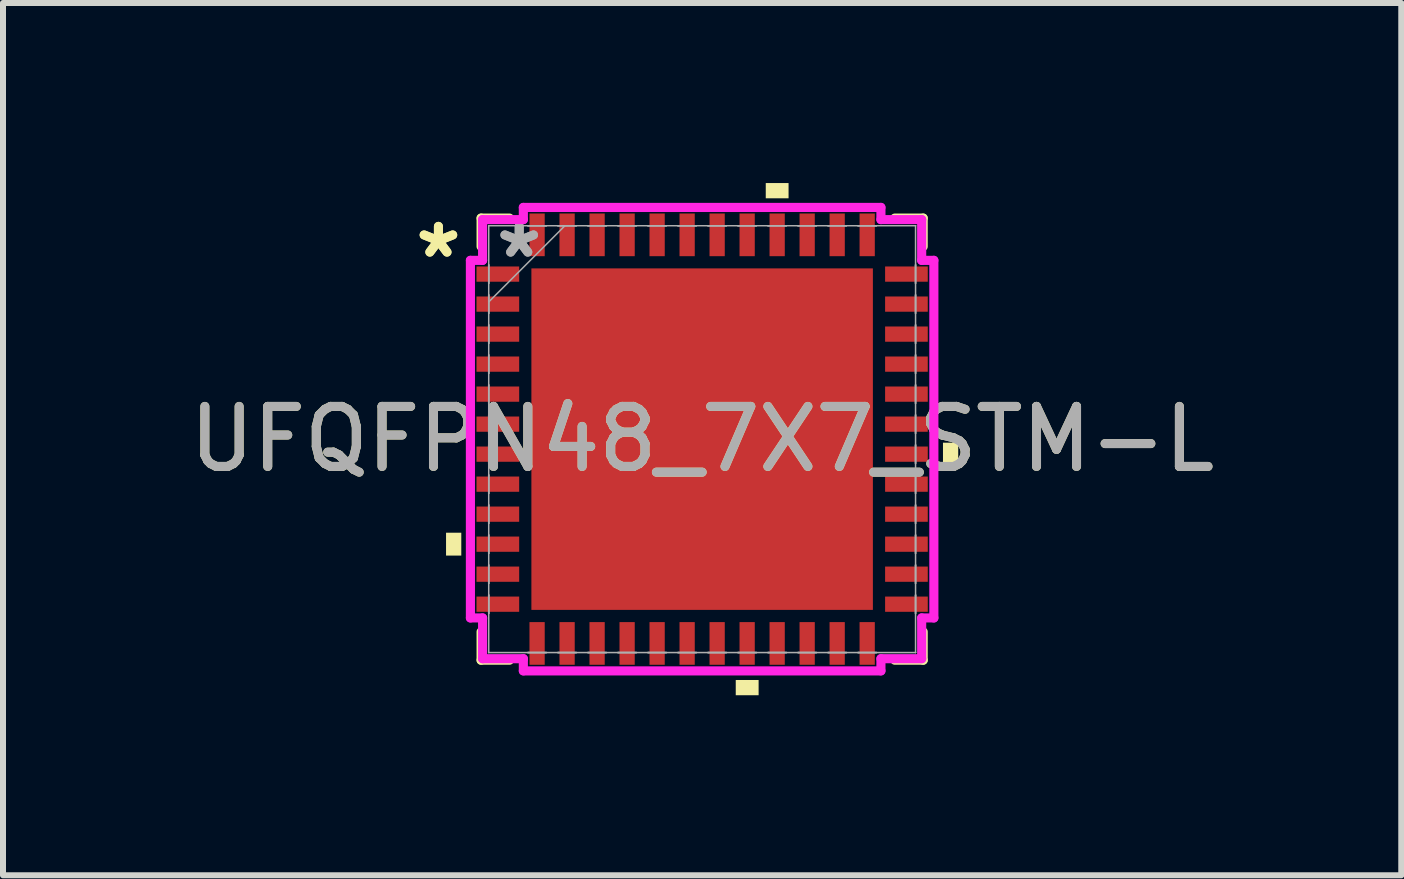
<source format=kicad_pcb>
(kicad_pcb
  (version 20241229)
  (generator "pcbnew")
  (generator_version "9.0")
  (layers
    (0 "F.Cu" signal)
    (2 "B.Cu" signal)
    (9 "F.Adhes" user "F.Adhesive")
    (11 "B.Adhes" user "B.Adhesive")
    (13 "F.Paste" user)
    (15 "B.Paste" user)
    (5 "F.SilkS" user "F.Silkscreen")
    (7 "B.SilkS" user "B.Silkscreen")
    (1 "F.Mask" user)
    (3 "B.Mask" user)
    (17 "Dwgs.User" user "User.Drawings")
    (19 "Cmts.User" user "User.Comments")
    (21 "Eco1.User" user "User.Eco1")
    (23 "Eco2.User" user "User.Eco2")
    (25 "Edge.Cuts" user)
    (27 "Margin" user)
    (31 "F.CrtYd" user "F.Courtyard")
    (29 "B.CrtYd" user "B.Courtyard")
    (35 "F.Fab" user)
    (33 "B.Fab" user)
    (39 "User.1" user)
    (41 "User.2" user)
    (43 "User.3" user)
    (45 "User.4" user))
  (footprint "UFQFPN48_7X7_STM-L"
    (layer "F.Cu")
    (at 8.649 4.267)
    (property "Reference" "UFQFPN48_7X7_STM-L" (at 0 0 0) (unlocked yes) (layer "F.SilkS") (effects (font (size 1 1) (thickness 0.15))))
    (attr smd)
    (fp_line (start -3.683 -3.683) (end -3.683 -3.21) (stroke (width 0.152) (type solid)) (layer "F.SilkS"))
    (fp_line (start -3.683 3.21) (end -3.683 3.683) (stroke (width 0.152) (type solid)) (layer "F.SilkS"))
    (fp_line (start -3.683 3.683) (end -3.21 3.683) (stroke (width 0.152) (type solid)) (layer "F.SilkS"))
    (fp_line (start -3.21 -3.683) (end -3.683 -3.683) (stroke (width 0.152) (type solid)) (layer "F.SilkS"))
    (fp_line (start 3.21 3.683) (end 3.683 3.683) (stroke (width 0.152) (type solid)) (layer "F.SilkS"))
    (fp_line (start 3.683 -3.683) (end 3.21 -3.683) (stroke (width 0.152) (type solid)) (layer "F.SilkS"))
    (fp_line (start 3.683 -3.21) (end 3.683 -3.683) (stroke (width 0.152) (type solid)) (layer "F.SilkS"))
    (fp_line (start 3.683 3.683) (end 3.683 3.21) (stroke (width 0.152) (type solid)) (layer "F.SilkS"))
    (fp_poly (pts (xy -4.267 1.559) (xy -4.267 1.94) (xy -4.013 1.94) (xy -4.013 1.559)) (stroke (width 0) (type solid)) (fill yes) (layer "F.SilkS"))
    (fp_poly (pts (xy 0.56 4.013) (xy 0.56 4.267) (xy 0.941 4.267) (xy 0.941 4.013)) (stroke (width 0) (type solid)) (fill yes) (layer "F.SilkS"))
    (fp_poly (pts (xy 1.06 -4.013) (xy 1.06 -4.267) (xy 1.44 -4.267) (xy 1.44 -4.013)) (stroke (width 0) (type solid)) (fill yes) (layer "F.SilkS"))
    (fp_poly (pts (xy 4.267 0.059) (xy 4.267 0.441) (xy 4.013 0.441) (xy 4.013 0.059)) (stroke (width 0) (type solid)) (fill yes) (layer "F.SilkS"))
    (fp_poly (pts (xy -2.745 -2.745) (xy -2.745 -1.522) (xy -1.522 -1.522) (xy -1.522 -2.745)) (stroke (width 0) (type solid)) (fill yes) (layer "F.Paste"))
    (fp_poly (pts (xy -2.745 -1.322) (xy -2.745 -0.1) (xy -1.522 -0.1) (xy -1.522 -1.322)) (stroke (width 0) (type solid)) (fill yes) (layer "F.Paste"))
    (fp_poly (pts (xy -2.745 0.1) (xy -2.745 1.322) (xy -1.522 1.322) (xy -1.522 0.1)) (stroke (width 0) (type solid)) (fill yes) (layer "F.Paste"))
    (fp_poly (pts (xy -2.745 1.522) (xy -2.745 2.745) (xy -1.522 2.745) (xy -1.522 1.522)) (stroke (width 0) (type solid)) (fill yes) (layer "F.Paste"))
    (fp_poly (pts (xy -1.322 -2.745) (xy -1.322 -1.522) (xy -0.1 -1.522) (xy -0.1 -2.745)) (stroke (width 0) (type solid)) (fill yes) (layer "F.Paste"))
    (fp_poly (pts (xy -1.322 -1.322) (xy -1.322 -0.1) (xy -0.1 -0.1) (xy -0.1 -1.322)) (stroke (width 0) (type solid)) (fill yes) (layer "F.Paste"))
    (fp_poly (pts (xy -1.322 0.1) (xy -1.322 1.322) (xy -0.1 1.322) (xy -0.1 0.1)) (stroke (width 0) (type solid)) (fill yes) (layer "F.Paste"))
    (fp_poly (pts (xy -1.322 1.522) (xy -1.322 2.745) (xy -0.1 2.745) (xy -0.1 1.522)) (stroke (width 0) (type solid)) (fill yes) (layer "F.Paste"))
    (fp_poly (pts (xy 0.1 -2.745) (xy 0.1 -1.522) (xy 1.322 -1.522) (xy 1.322 -2.745)) (stroke (width 0) (type solid)) (fill yes) (layer "F.Paste"))
    (fp_poly (pts (xy 0.1 -1.322) (xy 0.1 -0.1) (xy 1.322 -0.1) (xy 1.322 -1.322)) (stroke (width 0) (type solid)) (fill yes) (layer "F.Paste"))
    (fp_poly (pts (xy 0.1 0.1) (xy 0.1 1.322) (xy 1.322 1.322) (xy 1.322 0.1)) (stroke (width 0) (type solid)) (fill yes) (layer "F.Paste"))
    (fp_poly (pts (xy 0.1 1.522) (xy 0.1 2.745) (xy 1.322 2.745) (xy 1.322 1.522)) (stroke (width 0) (type solid)) (fill yes) (layer "F.Paste"))
    (fp_poly (pts (xy 1.522 -2.745) (xy 1.522 -1.522) (xy 2.745 -1.522) (xy 2.745 -2.745)) (stroke (width 0) (type solid)) (fill yes) (layer "F.Paste"))
    (fp_poly (pts (xy 1.522 -1.322) (xy 1.522 -0.1) (xy 2.745 -0.1) (xy 2.745 -1.322)) (stroke (width 0) (type solid)) (fill yes) (layer "F.Paste"))
    (fp_poly (pts (xy 1.522 0.1) (xy 1.522 1.322) (xy 2.745 1.322) (xy 2.745 0.1)) (stroke (width 0) (type solid)) (fill yes) (layer "F.Paste"))
    (fp_poly (pts (xy 1.522 1.522) (xy 1.522 2.745) (xy 2.745 2.745) (xy 2.745 1.522)) (stroke (width 0) (type solid)) (fill yes) (layer "F.Paste"))
    (fp_line (start -3.861 -2.979) (end -3.658 -2.979) (stroke (width 0.152) (type solid)) (layer "F.CrtYd"))
    (fp_line (start -3.861 2.979) (end -3.861 -2.979) (stroke (width 0.152) (type solid)) (layer "F.CrtYd"))
    (fp_line (start -3.658 -3.658) (end -2.979 -3.658) (stroke (width 0.152) (type solid)) (layer "F.CrtYd"))
    (fp_line (start -3.658 -2.979) (end -3.658 -3.658) (stroke (width 0.152) (type solid)) (layer "F.CrtYd"))
    (fp_line (start -3.658 2.979) (end -3.861 2.979) (stroke (width 0.152) (type solid)) (layer "F.CrtYd"))
    (fp_line (start -3.658 3.658) (end -3.658 2.979) (stroke (width 0.152) (type solid)) (layer "F.CrtYd"))
    (fp_line (start -2.979 -3.861) (end 2.979 -3.861) (stroke (width 0.152) (type solid)) (layer "F.CrtYd"))
    (fp_line (start -2.979 -3.658) (end -2.979 -3.861) (stroke (width 0.152) (type solid)) (layer "F.CrtYd"))
    (fp_line (start -2.979 3.658) (end -3.658 3.658) (stroke (width 0.152) (type solid)) (layer "F.CrtYd"))
    (fp_line (start -2.979 3.861) (end -2.979 3.658) (stroke (width 0.152) (type solid)) (layer "F.CrtYd"))
    (fp_line (start 2.979 -3.861) (end 2.979 -3.658) (stroke (width 0.152) (type solid)) (layer "F.CrtYd"))
    (fp_line (start 2.979 -3.658) (end 3.658 -3.658) (stroke (width 0.152) (type solid)) (layer "F.CrtYd"))
    (fp_line (start 2.979 3.658) (end 2.979 3.861) (stroke (width 0.152) (type solid)) (layer "F.CrtYd"))
    (fp_line (start 2.979 3.861) (end -2.979 3.861) (stroke (width 0.152) (type solid)) (layer "F.CrtYd"))
    (fp_line (start 3.658 -3.658) (end 3.658 -2.979) (stroke (width 0.152) (type solid)) (layer "F.CrtYd"))
    (fp_line (start 3.658 -2.979) (end 3.861 -2.979) (stroke (width 0.152) (type solid)) (layer "F.CrtYd"))
    (fp_line (start 3.658 2.979) (end 3.658 3.658) (stroke (width 0.152) (type solid)) (layer "F.CrtYd"))
    (fp_line (start 3.658 3.658) (end 2.979 3.658) (stroke (width 0.152) (type solid)) (layer "F.CrtYd"))
    (fp_line (start 3.861 -2.979) (end 3.861 2.979) (stroke (width 0.152) (type solid)) (layer "F.CrtYd"))
    (fp_line (start 3.861 2.979) (end 3.658 2.979) (stroke (width 0.152) (type solid)) (layer "F.CrtYd"))
    (fp_line (start -3.556 -3.556) (end -3.556 -3.556) (stroke (width 0.025) (type solid)) (layer "F.Fab"))
    (fp_line (start -3.556 -3.556) (end -3.556 3.556) (stroke (width 0.025) (type solid)) (layer "F.Fab"))
    (fp_line (start -3.556 -2.902) (end -3.556 -2.902) (stroke (width 0.025) (type solid)) (layer "F.Fab"))
    (fp_line (start -3.556 -2.902) (end -3.556 -2.598) (stroke (width 0.025) (type solid)) (layer "F.Fab"))
    (fp_line (start -3.556 -2.598) (end -3.556 -2.902) (stroke (width 0.025) (type solid)) (layer "F.Fab"))
    (fp_line (start -3.556 -2.598) (end -3.556 -2.598) (stroke (width 0.025) (type solid)) (layer "F.Fab"))
    (fp_line (start -3.556 -2.402) (end -3.556 -2.402) (stroke (width 0.025) (type solid)) (layer "F.Fab"))
    (fp_line (start -3.556 -2.402) (end -3.556 -2.098) (stroke (width 0.025) (type solid)) (layer "F.Fab"))
    (fp_line (start -3.556 -2.286) (end -2.286 -3.556) (stroke (width 0.025) (type solid)) (layer "F.Fab"))
    (fp_line (start -3.556 -2.098) (end -3.556 -2.402) (stroke (width 0.025) (type solid)) (layer "F.Fab"))
    (fp_line (start -3.556 -2.098) (end -3.556 -2.098) (stroke (width 0.025) (type solid)) (layer "F.Fab"))
    (fp_line (start -3.556 -1.902) (end -3.556 -1.902) (stroke (width 0.025) (type solid)) (layer "F.Fab"))
    (fp_line (start -3.556 -1.902) (end -3.556 -1.598) (stroke (width 0.025) (type solid)) (layer "F.Fab"))
    (fp_line (start -3.556 -1.598) (end -3.556 -1.902) (stroke (width 0.025) (type solid)) (layer "F.Fab"))
    (fp_line (start -3.556 -1.598) (end -3.556 -1.598) (stroke (width 0.025) (type solid)) (layer "F.Fab"))
    (fp_line (start -3.556 -1.402) (end -3.556 -1.402) (stroke (width 0.025) (type solid)) (layer "F.Fab"))
    (fp_line (start -3.556 -1.402) (end -3.556 -1.098) (stroke (width 0.025) (type solid)) (layer "F.Fab"))
    (fp_line (start -3.556 -1.098) (end -3.556 -1.402) (stroke (width 0.025) (type solid)) (layer "F.Fab"))
    (fp_line (start -3.556 -1.098) (end -3.556 -1.098) (stroke (width 0.025) (type solid)) (layer "F.Fab"))
    (fp_line (start -3.556 -0.902) (end -3.556 -0.902) (stroke (width 0.025) (type solid)) (layer "F.Fab"))
    (fp_line (start -3.556 -0.902) (end -3.556 -0.598) (stroke (width 0.025) (type solid)) (layer "F.Fab"))
    (fp_line (start -3.556 -0.598) (end -3.556 -0.902) (stroke (width 0.025) (type solid)) (layer "F.Fab"))
    (fp_line (start -3.556 -0.598) (end -3.556 -0.598) (stroke (width 0.025) (type solid)) (layer "F.Fab"))
    (fp_line (start -3.556 -0.402) (end -3.556 -0.402) (stroke (width 0.025) (type solid)) (layer "F.Fab"))
    (fp_line (start -3.556 -0.402) (end -3.556 -0.098) (stroke (width 0.025) (type solid)) (layer "F.Fab"))
    (fp_line (start -3.556 -0.098) (end -3.556 -0.402) (stroke (width 0.025) (type solid)) (layer "F.Fab"))
    (fp_line (start -3.556 -0.098) (end -3.556 -0.098) (stroke (width 0.025) (type solid)) (layer "F.Fab"))
    (fp_line (start -3.556 0.098) (end -3.556 0.098) (stroke (width 0.025) (type solid)) (layer "F.Fab"))
    (fp_line (start -3.556 0.098) (end -3.556 0.402) (stroke (width 0.025) (type solid)) (layer "F.Fab"))
    (fp_line (start -3.556 0.402) (end -3.556 0.098) (stroke (width 0.025) (type solid)) (layer "F.Fab"))
    (fp_line (start -3.556 0.402) (end -3.556 0.402) (stroke (width 0.025) (type solid)) (layer "F.Fab"))
    (fp_line (start -3.556 0.598) (end -3.556 0.598) (stroke (width 0.025) (type solid)) (layer "F.Fab"))
    (fp_line (start -3.556 0.598) (end -3.556 0.902) (stroke (width 0.025) (type solid)) (layer "F.Fab"))
    (fp_line (start -3.556 0.902) (end -3.556 0.598) (stroke (width 0.025) (type solid)) (layer "F.Fab"))
    (fp_line (start -3.556 0.902) (end -3.556 0.902) (stroke (width 0.025) (type solid)) (layer "F.Fab"))
    (fp_line (start -3.556 1.098) (end -3.556 1.098) (stroke (width 0.025) (type solid)) (layer "F.Fab"))
    (fp_line (start -3.556 1.098) (end -3.556 1.402) (stroke (width 0.025) (type solid)) (layer "F.Fab"))
    (fp_line (start -3.556 1.402) (end -3.556 1.098) (stroke (width 0.025) (type solid)) (layer "F.Fab"))
    (fp_line (start -3.556 1.402) (end -3.556 1.402) (stroke (width 0.025) (type solid)) (layer "F.Fab"))
    (fp_line (start -3.556 1.598) (end -3.556 1.598) (stroke (width 0.025) (type solid)) (layer "F.Fab"))
    (fp_line (start -3.556 1.598) (end -3.556 1.902) (stroke (width 0.025) (type solid)) (layer "F.Fab"))
    (fp_line (start -3.556 1.902) (end -3.556 1.598) (stroke (width 0.025) (type solid)) (layer "F.Fab"))
    (fp_line (start -3.556 1.902) (end -3.556 1.902) (stroke (width 0.025) (type solid)) (layer "F.Fab"))
    (fp_line (start -3.556 2.098) (end -3.556 2.098) (stroke (width 0.025) (type solid)) (layer "F.Fab"))
    (fp_line (start -3.556 2.098) (end -3.556 2.402) (stroke (width 0.025) (type solid)) (layer "F.Fab"))
    (fp_line (start -3.556 2.402) (end -3.556 2.098) (stroke (width 0.025) (type solid)) (layer "F.Fab"))
    (fp_line (start -3.556 2.402) (end -3.556 2.402) (stroke (width 0.025) (type solid)) (layer "F.Fab"))
    (fp_line (start -3.556 2.598) (end -3.556 2.598) (stroke (width 0.025) (type solid)) (layer "F.Fab"))
    (fp_line (start -3.556 2.598) (end -3.556 2.902) (stroke (width 0.025) (type solid)) (layer "F.Fab"))
    (fp_line (start -3.556 2.902) (end -3.556 2.598) (stroke (width 0.025) (type solid)) (layer "F.Fab"))
    (fp_line (start -3.556 2.902) (end -3.556 2.902) (stroke (width 0.025) (type solid)) (layer "F.Fab"))
    (fp_line (start -3.556 3.556) (end -3.556 3.556) (stroke (width 0.025) (type solid)) (layer "F.Fab"))
    (fp_line (start -3.556 3.556) (end 3.556 3.556) (stroke (width 0.025) (type solid)) (layer "F.Fab"))
    (fp_line (start -2.902 -3.556) (end -2.902 -3.556) (stroke (width 0.025) (type solid)) (layer "F.Fab"))
    (fp_line (start -2.902 -3.556) (end -2.598 -3.556) (stroke (width 0.025) (type solid)) (layer "F.Fab"))
    (fp_line (start -2.902 3.556) (end -2.902 3.556) (stroke (width 0.025) (type solid)) (layer "F.Fab"))
    (fp_line (start -2.902 3.556) (end -2.598 3.556) (stroke (width 0.025) (type solid)) (layer "F.Fab"))
    (fp_line (start -2.598 -3.556) (end -2.902 -3.556) (stroke (width 0.025) (type solid)) (layer "F.Fab"))
    (fp_line (start -2.598 -3.556) (end -2.598 -3.556) (stroke (width 0.025) (type solid)) (layer "F.Fab"))
    (fp_line (start -2.598 3.556) (end -2.902 3.556) (stroke (width 0.025) (type solid)) (layer "F.Fab"))
    (fp_line (start -2.598 3.556) (end -2.598 3.556) (stroke (width 0.025) (type solid)) (layer "F.Fab"))
    (fp_line (start -2.402 -3.556) (end -2.402 -3.556) (stroke (width 0.025) (type solid)) (layer "F.Fab"))
    (fp_line (start -2.402 -3.556) (end -2.098 -3.556) (stroke (width 0.025) (type solid)) (layer "F.Fab"))
    (fp_line (start -2.402 3.556) (end -2.402 3.556) (stroke (width 0.025) (type solid)) (layer "F.Fab"))
    (fp_line (start -2.402 3.556) (end -2.098 3.556) (stroke (width 0.025) (type solid)) (layer "F.Fab"))
    (fp_line (start -2.098 -3.556) (end -2.402 -3.556) (stroke (width 0.025) (type solid)) (layer "F.Fab"))
    (fp_line (start -2.098 -3.556) (end -2.098 -3.556) (stroke (width 0.025) (type solid)) (layer "F.Fab"))
    (fp_line (start -2.098 3.556) (end -2.402 3.556) (stroke (width 0.025) (type solid)) (layer "F.Fab"))
    (fp_line (start -2.098 3.556) (end -2.098 3.556) (stroke (width 0.025) (type solid)) (layer "F.Fab"))
    (fp_line (start -1.902 -3.556) (end -1.902 -3.556) (stroke (width 0.025) (type solid)) (layer "F.Fab"))
    (fp_line (start -1.902 -3.556) (end -1.598 -3.556) (stroke (width 0.025) (type solid)) (layer "F.Fab"))
    (fp_line (start -1.902 3.556) (end -1.902 3.556) (stroke (width 0.025) (type solid)) (layer "F.Fab"))
    (fp_line (start -1.902 3.556) (end -1.598 3.556) (stroke (width 0.025) (type solid)) (layer "F.Fab"))
    (fp_line (start -1.598 -3.556) (end -1.902 -3.556) (stroke (width 0.025) (type solid)) (layer "F.Fab"))
    (fp_line (start -1.598 -3.556) (end -1.598 -3.556) (stroke (width 0.025) (type solid)) (layer "F.Fab"))
    (fp_line (start -1.598 3.556) (end -1.902 3.556) (stroke (width 0.025) (type solid)) (layer "F.Fab"))
    (fp_line (start -1.598 3.556) (end -1.598 3.556) (stroke (width 0.025) (type solid)) (layer "F.Fab"))
    (fp_line (start -1.402 -3.556) (end -1.402 -3.556) (stroke (width 0.025) (type solid)) (layer "F.Fab"))
    (fp_line (start -1.402 -3.556) (end -1.098 -3.556) (stroke (width 0.025) (type solid)) (layer "F.Fab"))
    (fp_line (start -1.402 3.556) (end -1.402 3.556) (stroke (width 0.025) (type solid)) (layer "F.Fab"))
    (fp_line (start -1.402 3.556) (end -1.098 3.556) (stroke (width 0.025) (type solid)) (layer "F.Fab"))
    (fp_line (start -1.098 -3.556) (end -1.402 -3.556) (stroke (width 0.025) (type solid)) (layer "F.Fab"))
    (fp_line (start -1.098 -3.556) (end -1.098 -3.556) (stroke (width 0.025) (type solid)) (layer "F.Fab"))
    (fp_line (start -1.098 3.556) (end -1.402 3.556) (stroke (width 0.025) (type solid)) (layer "F.Fab"))
    (fp_line (start -1.098 3.556) (end -1.098 3.556) (stroke (width 0.025) (type solid)) (layer "F.Fab"))
    (fp_line (start -0.902 -3.556) (end -0.902 -3.556) (stroke (width 0.025) (type solid)) (layer "F.Fab"))
    (fp_line (start -0.902 -3.556) (end -0.598 -3.556) (stroke (width 0.025) (type solid)) (layer "F.Fab"))
    (fp_line (start -0.902 3.556) (end -0.902 3.556) (stroke (width 0.025) (type solid)) (layer "F.Fab"))
    (fp_line (start -0.902 3.556) (end -0.598 3.556) (stroke (width 0.025) (type solid)) (layer "F.Fab"))
    (fp_line (start -0.598 -3.556) (end -0.902 -3.556) (stroke (width 0.025) (type solid)) (layer "F.Fab"))
    (fp_line (start -0.598 -3.556) (end -0.598 -3.556) (stroke (width 0.025) (type solid)) (layer "F.Fab"))
    (fp_line (start -0.598 3.556) (end -0.902 3.556) (stroke (width 0.025) (type solid)) (layer "F.Fab"))
    (fp_line (start -0.598 3.556) (end -0.598 3.556) (stroke (width 0.025) (type solid)) (layer "F.Fab"))
    (fp_line (start -0.402 -3.556) (end -0.402 -3.556) (stroke (width 0.025) (type solid)) (layer "F.Fab"))
    (fp_line (start -0.402 -3.556) (end -0.098 -3.556) (stroke (width 0.025) (type solid)) (layer "F.Fab"))
    (fp_line (start -0.402 3.556) (end -0.402 3.556) (stroke (width 0.025) (type solid)) (layer "F.Fab"))
    (fp_line (start -0.402 3.556) (end -0.098 3.556) (stroke (width 0.025) (type solid)) (layer "F.Fab"))
    (fp_line (start -0.098 -3.556) (end -0.402 -3.556) (stroke (width 0.025) (type solid)) (layer "F.Fab"))
    (fp_line (start -0.098 -3.556) (end -0.098 -3.556) (stroke (width 0.025) (type solid)) (layer "F.Fab"))
    (fp_line (start -0.098 3.556) (end -0.402 3.556) (stroke (width 0.025) (type solid)) (layer "F.Fab"))
    (fp_line (start -0.098 3.556) (end -0.098 3.556) (stroke (width 0.025) (type solid)) (layer "F.Fab"))
    (fp_line (start 0.098 -3.556) (end 0.098 -3.556) (stroke (width 0.025) (type solid)) (layer "F.Fab"))
    (fp_line (start 0.098 -3.556) (end 0.402 -3.556) (stroke (width 0.025) (type solid)) (layer "F.Fab"))
    (fp_line (start 0.098 3.556) (end 0.098 3.556) (stroke (width 0.025) (type solid)) (layer "F.Fab"))
    (fp_line (start 0.098 3.556) (end 0.402 3.556) (stroke (width 0.025) (type solid)) (layer "F.Fab"))
    (fp_line (start 0.402 -3.556) (end 0.098 -3.556) (stroke (width 0.025) (type solid)) (layer "F.Fab"))
    (fp_line (start 0.402 -3.556) (end 0.402 -3.556) (stroke (width 0.025) (type solid)) (layer "F.Fab"))
    (fp_line (start 0.402 3.556) (end 0.098 3.556) (stroke (width 0.025) (type solid)) (layer "F.Fab"))
    (fp_line (start 0.402 3.556) (end 0.402 3.556) (stroke (width 0.025) (type solid)) (layer "F.Fab"))
    (fp_line (start 0.598 -3.556) (end 0.598 -3.556) (stroke (width 0.025) (type solid)) (layer "F.Fab"))
    (fp_line (start 0.598 -3.556) (end 0.902 -3.556) (stroke (width 0.025) (type solid)) (layer "F.Fab"))
    (fp_line (start 0.598 3.556) (end 0.598 3.556) (stroke (width 0.025) (type solid)) (layer "F.Fab"))
    (fp_line (start 0.598 3.556) (end 0.902 3.556) (stroke (width 0.025) (type solid)) (layer "F.Fab"))
    (fp_line (start 0.902 -3.556) (end 0.598 -3.556) (stroke (width 0.025) (type solid)) (layer "F.Fab"))
    (fp_line (start 0.902 -3.556) (end 0.902 -3.556) (stroke (width 0.025) (type solid)) (layer "F.Fab"))
    (fp_line (start 0.902 3.556) (end 0.598 3.556) (stroke (width 0.025) (type solid)) (layer "F.Fab"))
    (fp_line (start 0.902 3.556) (end 0.902 3.556) (stroke (width 0.025) (type solid)) (layer "F.Fab"))
    (fp_line (start 1.098 -3.556) (end 1.098 -3.556) (stroke (width 0.025) (type solid)) (layer "F.Fab"))
    (fp_line (start 1.098 -3.556) (end 1.402 -3.556) (stroke (width 0.025) (type solid)) (layer "F.Fab"))
    (fp_line (start 1.098 3.556) (end 1.098 3.556) (stroke (width 0.025) (type solid)) (layer "F.Fab"))
    (fp_line (start 1.098 3.556) (end 1.402 3.556) (stroke (width 0.025) (type solid)) (layer "F.Fab"))
    (fp_line (start 1.402 -3.556) (end 1.098 -3.556) (stroke (width 0.025) (type solid)) (layer "F.Fab"))
    (fp_line (start 1.402 -3.556) (end 1.402 -3.556) (stroke (width 0.025) (type solid)) (layer "F.Fab"))
    (fp_line (start 1.402 3.556) (end 1.098 3.556) (stroke (width 0.025) (type solid)) (layer "F.Fab"))
    (fp_line (start 1.402 3.556) (end 1.402 3.556) (stroke (width 0.025) (type solid)) (layer "F.Fab"))
    (fp_line (start 1.598 -3.556) (end 1.598 -3.556) (stroke (width 0.025) (type solid)) (layer "F.Fab"))
    (fp_line (start 1.598 -3.556) (end 1.902 -3.556) (stroke (width 0.025) (type solid)) (layer "F.Fab"))
    (fp_line (start 1.598 3.556) (end 1.598 3.556) (stroke (width 0.025) (type solid)) (layer "F.Fab"))
    (fp_line (start 1.598 3.556) (end 1.902 3.556) (stroke (width 0.025) (type solid)) (layer "F.Fab"))
    (fp_line (start 1.902 -3.556) (end 1.598 -3.556) (stroke (width 0.025) (type solid)) (layer "F.Fab"))
    (fp_line (start 1.902 -3.556) (end 1.902 -3.556) (stroke (width 0.025) (type solid)) (layer "F.Fab"))
    (fp_line (start 1.902 3.556) (end 1.598 3.556) (stroke (width 0.025) (type solid)) (layer "F.Fab"))
    (fp_line (start 1.902 3.556) (end 1.902 3.556) (stroke (width 0.025) (type solid)) (layer "F.Fab"))
    (fp_line (start 2.098 -3.556) (end 2.098 -3.556) (stroke (width 0.025) (type solid)) (layer "F.Fab"))
    (fp_line (start 2.098 -3.556) (end 2.402 -3.556) (stroke (width 0.025) (type solid)) (layer "F.Fab"))
    (fp_line (start 2.098 3.556) (end 2.098 3.556) (stroke (width 0.025) (type solid)) (layer "F.Fab"))
    (fp_line (start 2.098 3.556) (end 2.402 3.556) (stroke (width 0.025) (type solid)) (layer "F.Fab"))
    (fp_line (start 2.402 -3.556) (end 2.098 -3.556) (stroke (width 0.025) (type solid)) (layer "F.Fab"))
    (fp_line (start 2.402 -3.556) (end 2.402 -3.556) (stroke (width 0.025) (type solid)) (layer "F.Fab"))
    (fp_line (start 2.402 3.556) (end 2.098 3.556) (stroke (width 0.025) (type solid)) (layer "F.Fab"))
    (fp_line (start 2.402 3.556) (end 2.402 3.556) (stroke (width 0.025) (type solid)) (layer "F.Fab"))
    (fp_line (start 2.598 -3.556) (end 2.598 -3.556) (stroke (width 0.025) (type solid)) (layer "F.Fab"))
    (fp_line (start 2.598 -3.556) (end 2.902 -3.556) (stroke (width 0.025) (type solid)) (layer "F.Fab"))
    (fp_line (start 2.598 3.556) (end 2.598 3.556) (stroke (width 0.025) (type solid)) (layer "F.Fab"))
    (fp_line (start 2.598 3.556) (end 2.902 3.556) (stroke (width 0.025) (type solid)) (layer "F.Fab"))
    (fp_line (start 2.902 -3.556) (end 2.598 -3.556) (stroke (width 0.025) (type solid)) (layer "F.Fab"))
    (fp_line (start 2.902 -3.556) (end 2.902 -3.556) (stroke (width 0.025) (type solid)) (layer "F.Fab"))
    (fp_line (start 2.902 3.556) (end 2.598 3.556) (stroke (width 0.025) (type solid)) (layer "F.Fab"))
    (fp_line (start 2.902 3.556) (end 2.902 3.556) (stroke (width 0.025) (type solid)) (layer "F.Fab"))
    (fp_line (start 3.556 -3.556) (end -3.556 -3.556) (stroke (width 0.025) (type solid)) (layer "F.Fab"))
    (fp_line (start 3.556 -3.556) (end 3.556 -3.556) (stroke (width 0.025) (type solid)) (layer "F.Fab"))
    (fp_line (start 3.556 -2.902) (end 3.556 -2.902) (stroke (width 0.025) (type solid)) (layer "F.Fab"))
    (fp_line (start 3.556 -2.902) (end 3.556 -2.598) (stroke (width 0.025) (type solid)) (layer "F.Fab"))
    (fp_line (start 3.556 -2.598) (end 3.556 -2.902) (stroke (width 0.025) (type solid)) (layer "F.Fab"))
    (fp_line (start 3.556 -2.598) (end 3.556 -2.598) (stroke (width 0.025) (type solid)) (layer "F.Fab"))
    (fp_line (start 3.556 -2.402) (end 3.556 -2.402) (stroke (width 0.025) (type solid)) (layer "F.Fab"))
    (fp_line (start 3.556 -2.402) (end 3.556 -2.098) (stroke (width 0.025) (type solid)) (layer "F.Fab"))
    (fp_line (start 3.556 -2.098) (end 3.556 -2.402) (stroke (width 0.025) (type solid)) (layer "F.Fab"))
    (fp_line (start 3.556 -2.098) (end 3.556 -2.098) (stroke (width 0.025) (type solid)) (layer "F.Fab"))
    (fp_line (start 3.556 -1.902) (end 3.556 -1.902) (stroke (width 0.025) (type solid)) (layer "F.Fab"))
    (fp_line (start 3.556 -1.902) (end 3.556 -1.598) (stroke (width 0.025) (type solid)) (layer "F.Fab"))
    (fp_line (start 3.556 -1.598) (end 3.556 -1.902) (stroke (width 0.025) (type solid)) (layer "F.Fab"))
    (fp_line (start 3.556 -1.598) (end 3.556 -1.598) (stroke (width 0.025) (type solid)) (layer "F.Fab"))
    (fp_line (start 3.556 -1.402) (end 3.556 -1.402) (stroke (width 0.025) (type solid)) (layer "F.Fab"))
    (fp_line (start 3.556 -1.402) (end 3.556 -1.098) (stroke (width 0.025) (type solid)) (layer "F.Fab"))
    (fp_line (start 3.556 -1.098) (end 3.556 -1.402) (stroke (width 0.025) (type solid)) (layer "F.Fab"))
    (fp_line (start 3.556 -1.098) (end 3.556 -1.098) (stroke (width 0.025) (type solid)) (layer "F.Fab"))
    (fp_line (start 3.556 -0.902) (end 3.556 -0.902) (stroke (width 0.025) (type solid)) (layer "F.Fab"))
    (fp_line (start 3.556 -0.902) (end 3.556 -0.598) (stroke (width 0.025) (type solid)) (layer "F.Fab"))
    (fp_line (start 3.556 -0.598) (end 3.556 -0.902) (stroke (width 0.025) (type solid)) (layer "F.Fab"))
    (fp_line (start 3.556 -0.598) (end 3.556 -0.598) (stroke (width 0.025) (type solid)) (layer "F.Fab"))
    (fp_line (start 3.556 -0.402) (end 3.556 -0.402) (stroke (width 0.025) (type solid)) (layer "F.Fab"))
    (fp_line (start 3.556 -0.402) (end 3.556 -0.098) (stroke (width 0.025) (type solid)) (layer "F.Fab"))
    (fp_line (start 3.556 -0.098) (end 3.556 -0.402) (stroke (width 0.025) (type solid)) (layer "F.Fab"))
    (fp_line (start 3.556 -0.098) (end 3.556 -0.098) (stroke (width 0.025) (type solid)) (layer "F.Fab"))
    (fp_line (start 3.556 0.098) (end 3.556 0.098) (stroke (width 0.025) (type solid)) (layer "F.Fab"))
    (fp_line (start 3.556 0.098) (end 3.556 0.402) (stroke (width 0.025) (type solid)) (layer "F.Fab"))
    (fp_line (start 3.556 0.402) (end 3.556 0.098) (stroke (width 0.025) (type solid)) (layer "F.Fab"))
    (fp_line (start 3.556 0.402) (end 3.556 0.402) (stroke (width 0.025) (type solid)) (layer "F.Fab"))
    (fp_line (start 3.556 0.598) (end 3.556 0.598) (stroke (width 0.025) (type solid)) (layer "F.Fab"))
    (fp_line (start 3.556 0.598) (end 3.556 0.902) (stroke (width 0.025) (type solid)) (layer "F.Fab"))
    (fp_line (start 3.556 0.902) (end 3.556 0.598) (stroke (width 0.025) (type solid)) (layer "F.Fab"))
    (fp_line (start 3.556 0.902) (end 3.556 0.902) (stroke (width 0.025) (type solid)) (layer "F.Fab"))
    (fp_line (start 3.556 1.098) (end 3.556 1.098) (stroke (width 0.025) (type solid)) (layer "F.Fab"))
    (fp_line (start 3.556 1.098) (end 3.556 1.402) (stroke (width 0.025) (type solid)) (layer "F.Fab"))
    (fp_line (start 3.556 1.402) (end 3.556 1.098) (stroke (width 0.025) (type solid)) (layer "F.Fab"))
    (fp_line (start 3.556 1.402) (end 3.556 1.402) (stroke (width 0.025) (type solid)) (layer "F.Fab"))
    (fp_line (start 3.556 1.598) (end 3.556 1.598) (stroke (width 0.025) (type solid)) (layer "F.Fab"))
    (fp_line (start 3.556 1.598) (end 3.556 1.902) (stroke (width 0.025) (type solid)) (layer "F.Fab"))
    (fp_line (start 3.556 1.902) (end 3.556 1.598) (stroke (width 0.025) (type solid)) (layer "F.Fab"))
    (fp_line (start 3.556 1.902) (end 3.556 1.902) (stroke (width 0.025) (type solid)) (layer "F.Fab"))
    (fp_line (start 3.556 2.098) (end 3.556 2.098) (stroke (width 0.025) (type solid)) (layer "F.Fab"))
    (fp_line (start 3.556 2.098) (end 3.556 2.402) (stroke (width 0.025) (type solid)) (layer "F.Fab"))
    (fp_line (start 3.556 2.402) (end 3.556 2.098) (stroke (width 0.025) (type solid)) (layer "F.Fab"))
    (fp_line (start 3.556 2.402) (end 3.556 2.402) (stroke (width 0.025) (type solid)) (layer "F.Fab"))
    (fp_line (start 3.556 2.598) (end 3.556 2.598) (stroke (width 0.025) (type solid)) (layer "F.Fab"))
    (fp_line (start 3.556 2.598) (end 3.556 2.902) (stroke (width 0.025) (type solid)) (layer "F.Fab"))
    (fp_line (start 3.556 2.902) (end 3.556 2.598) (stroke (width 0.025) (type solid)) (layer "F.Fab"))
    (fp_line (start 3.556 2.902) (end 3.556 2.902) (stroke (width 0.025) (type solid)) (layer "F.Fab"))
    (fp_line (start 3.556 3.556) (end 3.556 -3.556) (stroke (width 0.025) (type solid)) (layer "F.Fab"))
    (fp_line (start 3.556 3.556) (end 3.556 3.556) (stroke (width 0.025) (type solid)) (layer "F.Fab"))
    (fp_text user "*" (at -4.394 -3 0) (unlocked yes) (layer "F.SilkS") (effects (font (size 1 1) (thickness 0.15))))
    (fp_text user "*" (at -4.394 -3 0) (layer "F.SilkS") (effects (font (size 1 1) (thickness 0.15))))
    (fp_text user "*" (at -3.048 -3 0) (unlocked yes) (layer "F.Fab") (effects (font (size 1 1) (thickness 0.15))))
    (fp_text user "${REFERENCE}" (at 0 0 0) (unlocked yes) (layer "F.Fab") (effects (font (size 1 1) (thickness 0.15))))
    (fp_text user "*" (at -3.048 -3 0) (layer "F.Fab") (effects (font (size 1 1) (thickness 0.15))))
    (pad "1" smd rect (at -3.404 -2.75 90) (size 0.254 0.711) (layers "F.Cu" "F.Mask" "F.Paste"))
    (pad "2" smd rect (at -3.404 -2.25 90) (size 0.254 0.711) (layers "F.Cu" "F.Mask" "F.Paste"))
    (pad "3" smd rect (at -3.404 -1.75 90) (size 0.254 0.711) (layers "F.Cu" "F.Mask" "F.Paste"))
    (pad "4" smd rect (at -3.404 -1.25 90) (size 0.254 0.711) (layers "F.Cu" "F.Mask" "F.Paste"))
    (pad "5" smd rect (at -3.404 -0.75 90) (size 0.254 0.711) (layers "F.Cu" "F.Mask" "F.Paste"))
    (pad "6" smd rect (at -3.404 -0.25 90) (size 0.254 0.711) (layers "F.Cu" "F.Mask" "F.Paste"))
    (pad "7" smd rect (at -3.404 0.25 90) (size 0.254 0.711) (layers "F.Cu" "F.Mask" "F.Paste"))
    (pad "8" smd rect (at -3.404 0.75 90) (size 0.254 0.711) (layers "F.Cu" "F.Mask" "F.Paste"))
    (pad "9" smd rect (at -3.404 1.25 90) (size 0.254 0.711) (layers "F.Cu" "F.Mask" "F.Paste"))
    (pad "10" smd rect (at -3.404 1.75 90) (size 0.254 0.711) (layers "F.Cu" "F.Mask" "F.Paste"))
    (pad "11" smd rect (at -3.404 2.25 90) (size 0.254 0.711) (layers "F.Cu" "F.Mask" "F.Paste"))
    (pad "12" smd rect (at -3.404 2.75 90) (size 0.254 0.711) (layers "F.Cu" "F.Mask" "F.Paste"))
    (pad "13" smd rect (at -2.75 3.404) (size 0.254 0.711) (layers "F.Cu" "F.Mask" "F.Paste"))
    (pad "14" smd rect (at -2.25 3.404) (size 0.254 0.711) (layers "F.Cu" "F.Mask" "F.Paste"))
    (pad "15" smd rect (at -1.75 3.404) (size 0.254 0.711) (layers "F.Cu" "F.Mask" "F.Paste"))
    (pad "16" smd rect (at -1.25 3.404) (size 0.254 0.711) (layers "F.Cu" "F.Mask" "F.Paste"))
    (pad "17" smd rect (at -0.75 3.404) (size 0.254 0.711) (layers "F.Cu" "F.Mask" "F.Paste"))
    (pad "18" smd rect (at -0.25 3.404) (size 0.254 0.711) (layers "F.Cu" "F.Mask" "F.Paste"))
    (pad "19" smd rect (at 0.25 3.404) (size 0.254 0.711) (layers "F.Cu" "F.Mask" "F.Paste"))
    (pad "20" smd rect (at 0.75 3.404) (size 0.254 0.711) (layers "F.Cu" "F.Mask" "F.Paste"))
    (pad "21" smd rect (at 1.25 3.404) (size 0.254 0.711) (layers "F.Cu" "F.Mask" "F.Paste"))
    (pad "22" smd rect (at 1.75 3.404) (size 0.254 0.711) (layers "F.Cu" "F.Mask" "F.Paste"))
    (pad "23" smd rect (at 2.25 3.404) (size 0.254 0.711) (layers "F.Cu" "F.Mask" "F.Paste"))
    (pad "24" smd rect (at 2.75 3.404) (size 0.254 0.711) (layers "F.Cu" "F.Mask" "F.Paste"))
    (pad "25" smd rect (at 3.404 2.75 90) (size 0.254 0.711) (layers "F.Cu" "F.Mask" "F.Paste"))
    (pad "26" smd rect (at 3.404 2.25 90) (size 0.254 0.711) (layers "F.Cu" "F.Mask" "F.Paste"))
    (pad "27" smd rect (at 3.404 1.75 90) (size 0.254 0.711) (layers "F.Cu" "F.Mask" "F.Paste"))
    (pad "28" smd rect (at 3.404 1.25 90) (size 0.254 0.711) (layers "F.Cu" "F.Mask" "F.Paste"))
    (pad "29" smd rect (at 3.404 0.75 90) (size 0.254 0.711) (layers "F.Cu" "F.Mask" "F.Paste"))
    (pad "30" smd rect (at 3.404 0.25 90) (size 0.254 0.711) (layers "F.Cu" "F.Mask" "F.Paste"))
    (pad "31" smd rect (at 3.404 -0.25 90) (size 0.254 0.711) (layers "F.Cu" "F.Mask" "F.Paste"))
    (pad "32" smd rect (at 3.404 -0.75 90) (size 0.254 0.711) (layers "F.Cu" "F.Mask" "F.Paste"))
    (pad "33" smd rect (at 3.404 -1.25 90) (size 0.254 0.711) (layers "F.Cu" "F.Mask" "F.Paste"))
    (pad "34" smd rect (at 3.404 -1.75 90) (size 0.254 0.711) (layers "F.Cu" "F.Mask" "F.Paste"))
    (pad "35" smd rect (at 3.404 -2.25 90) (size 0.254 0.711) (layers "F.Cu" "F.Mask" "F.Paste"))
    (pad "36" smd rect (at 3.404 -2.75 90) (size 0.254 0.711) (layers "F.Cu" "F.Mask" "F.Paste"))
    (pad "37" smd rect (at 2.75 -3.404) (size 0.254 0.711) (layers "F.Cu" "F.Mask" "F.Paste"))
    (pad "38" smd rect (at 2.25 -3.404) (size 0.254 0.711) (layers "F.Cu" "F.Mask" "F.Paste"))
    (pad "39" smd rect (at 1.75 -3.404) (size 0.254 0.711) (layers "F.Cu" "F.Mask" "F.Paste"))
    (pad "40" smd rect (at 1.25 -3.404) (size 0.254 0.711) (layers "F.Cu" "F.Mask" "F.Paste"))
    (pad "41" smd rect (at 0.75 -3.404) (size 0.254 0.711) (layers "F.Cu" "F.Mask" "F.Paste"))
    (pad "42" smd rect (at 0.25 -3.404) (size 0.254 0.711) (layers "F.Cu" "F.Mask" "F.Paste"))
    (pad "43" smd rect (at -0.25 -3.404) (size 0.254 0.711) (layers "F.Cu" "F.Mask" "F.Paste"))
    (pad "44" smd rect (at -0.75 -3.404) (size 0.254 0.711) (layers "F.Cu" "F.Mask" "F.Paste"))
    (pad "45" smd rect (at -1.25 -3.404) (size 0.254 0.711) (layers "F.Cu" "F.Mask" "F.Paste"))
    (pad "46" smd rect (at -1.75 -3.404) (size 0.254 0.711) (layers "F.Cu" "F.Mask" "F.Paste"))
    (pad "47" smd rect (at -2.25 -3.404) (size 0.254 0.711) (layers "F.Cu" "F.Mask" "F.Paste"))
    (pad "48" smd rect (at -2.75 -3.404) (size 0.254 0.711) (layers "F.Cu" "F.Mask" "F.Paste"))
    (pad "49" smd rect (at 0 0) (size 5.69 5.69) (layers "F.Cu" "F.Mask" "F.Paste")))
  (gr_rect
    (start -3 -3)
    (end 20.298 11.534)
    (stroke (width 0.1) (type default))
    (fill no)
    (layer "Edge.Cuts")))
</source>
